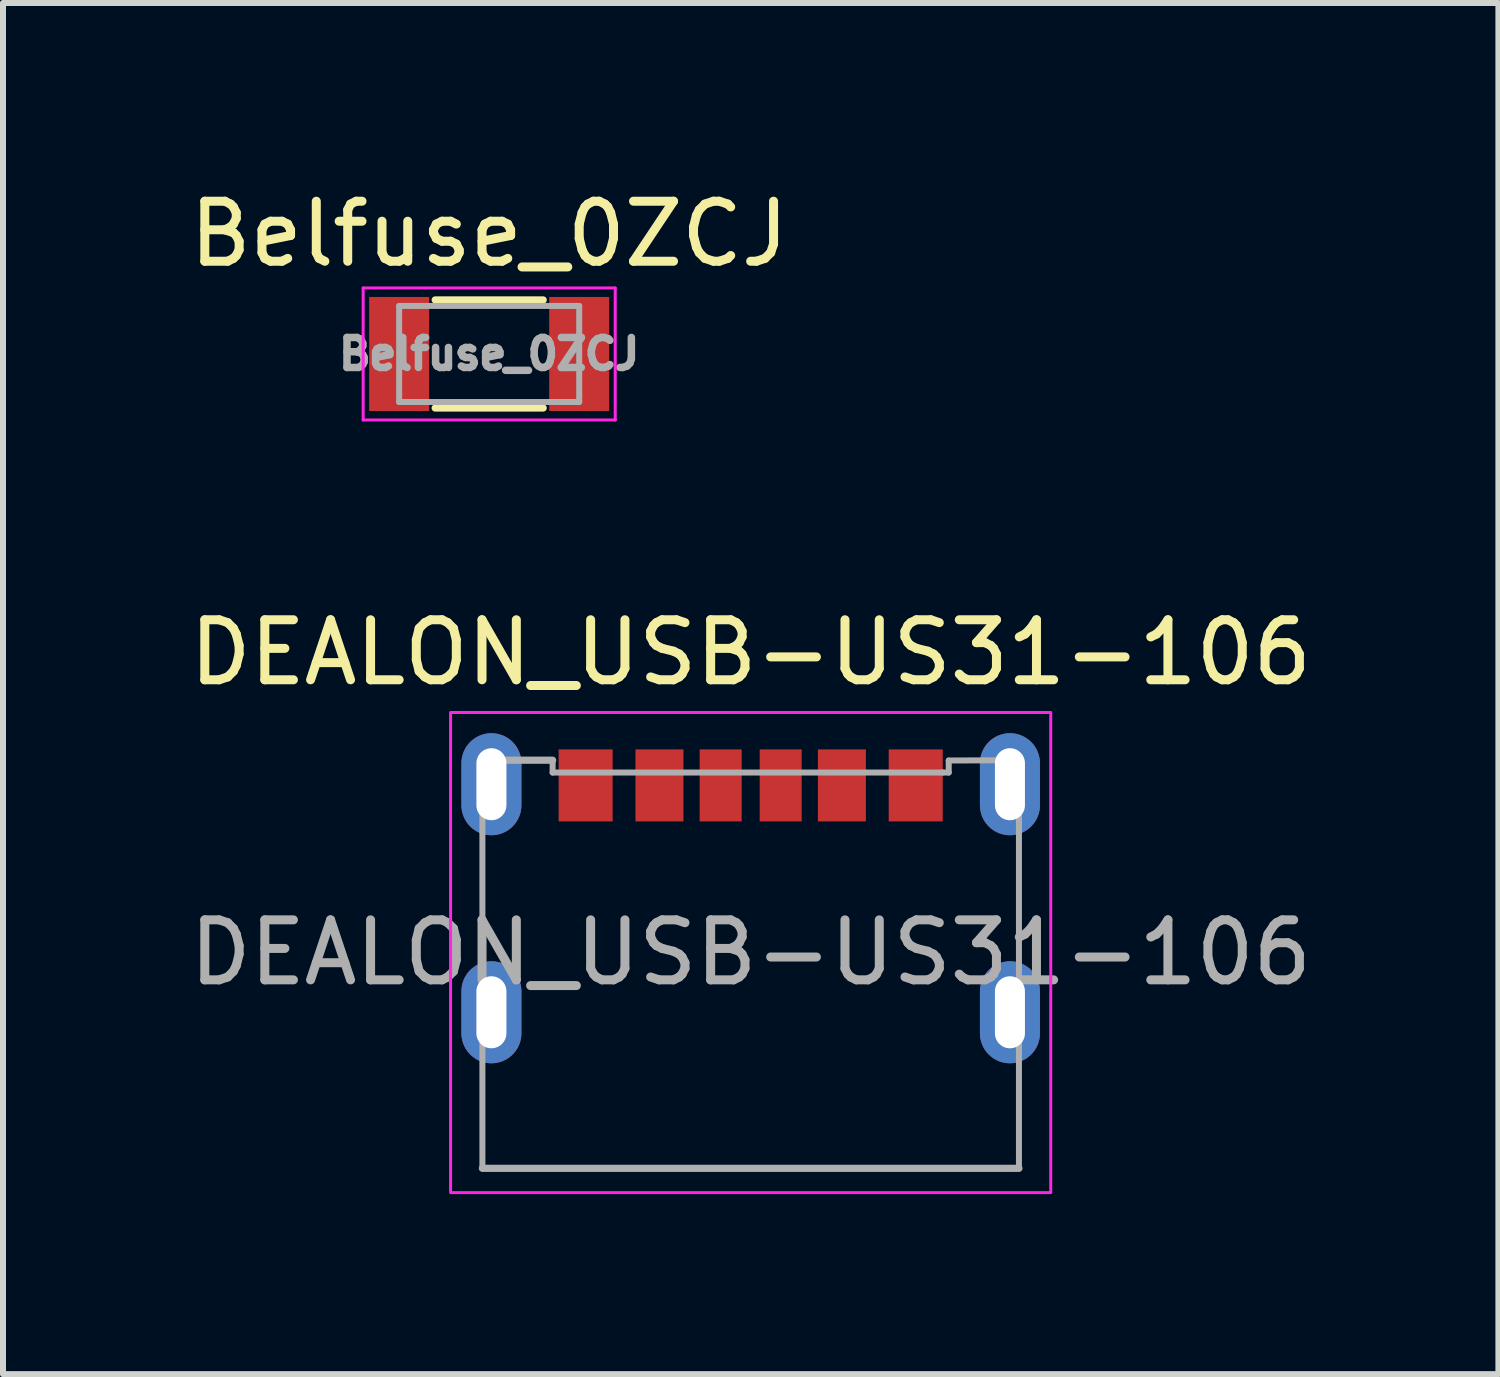
<source format=kicad_pcb>
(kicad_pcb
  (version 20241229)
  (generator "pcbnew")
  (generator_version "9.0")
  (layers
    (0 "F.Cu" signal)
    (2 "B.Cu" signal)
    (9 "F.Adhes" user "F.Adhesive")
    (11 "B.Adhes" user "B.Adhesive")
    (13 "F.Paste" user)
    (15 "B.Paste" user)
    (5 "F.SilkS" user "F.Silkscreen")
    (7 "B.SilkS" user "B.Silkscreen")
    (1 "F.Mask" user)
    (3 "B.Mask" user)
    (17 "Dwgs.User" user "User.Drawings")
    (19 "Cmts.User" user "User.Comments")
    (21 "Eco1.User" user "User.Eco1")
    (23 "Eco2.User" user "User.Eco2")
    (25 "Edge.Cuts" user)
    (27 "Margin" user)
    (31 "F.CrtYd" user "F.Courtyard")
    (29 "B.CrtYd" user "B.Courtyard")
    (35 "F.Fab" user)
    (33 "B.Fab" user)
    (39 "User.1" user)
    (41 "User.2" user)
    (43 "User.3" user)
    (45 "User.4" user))
  (footprint "Belfuse_0ZCJ"
    (layer "F.Cu")
    (at 5.101 2.848)
    (property "Reference" "Belfuse_0ZCJ" (at 0 -2 0) (unlocked yes) (layer "F.SilkS") (effects (font (size 1 1) (thickness 0.15))))
    (fp_line (start -0.9 -0.9) (end 0.9 -0.9) (stroke (width 0.12) (type solid)) (layer "F.SilkS"))
    (fp_line (start -0.9 0.9) (end 0.9 0.9) (stroke (width 0.12) (type solid)) (layer "F.SilkS"))
    (fp_line (start -2.1 -1.1) (end 2.1 -1.1) (stroke (width 0.05) (type solid)) (layer "F.CrtYd"))
    (fp_line (start -2.1 1.1) (end -2.1 -1.1) (stroke (width 0.05) (type solid)) (layer "F.CrtYd"))
    (fp_line (start -2.1 1.1) (end 2.1 1.1) (stroke (width 0.05) (type solid)) (layer "F.CrtYd"))
    (fp_line (start 2.1 1.1) (end 2.1 -1.1) (stroke (width 0.05) (type solid)) (layer "F.CrtYd"))
    (fp_line (start -1.5 -0.8) (end -1.5 0.8) (stroke (width 0.1) (type solid)) (layer "F.Fab"))
    (fp_line (start -1.5 -0.8) (end 1.5 -0.8) (stroke (width 0.1) (type solid)) (layer "F.Fab"))
    (fp_line (start 1.5 0.8) (end -1.5 0.8) (stroke (width 0.1) (type solid)) (layer "F.Fab"))
    (fp_line (start 1.5 0.8) (end 1.5 -0.8) (stroke (width 0.1) (type solid)) (layer "F.Fab"))
    (fp_text user "${REFERENCE}" (at 0 0 0) (unlocked yes) (layer "F.Fab") (effects (font (size 0.5 0.5) (thickness 0.125))))
    (pad "1" smd rect (at -1.5 0) (size 1 1.9) (layers "F.Cu" "F.Mask" "F.Paste"))
    (pad "2" smd rect (at 1.5 0) (size 1 1.9) (layers "F.Cu" "F.Mask" "F.Paste")))
  (footprint "DEALON_USB-US31-106"
    (layer "F.Cu")
    (at 9.458 12.822)
    (property "Reference" "DEALON_USB-US31-106" (at 0 -5 0) (unlocked yes) (layer "F.SilkS") (effects (font (size 1 1) (thickness 0.15))))
    (fp_rect (start -5 -4) (end 5 4) (stroke (width 0.05) (type default)) (fill no) (layer "F.CrtYd"))
    (fp_line (start -4.47 -3.205) (end -3.3 -3.205) (stroke (width 0.12) (type default)) (layer "F.Fab"))
    (fp_line (start -4.47 3.595) (end -4.47 -3.205) (stroke (width 0.1) (type default)) (layer "F.Fab"))
    (fp_line (start -4.47 3.595) (end 4.47 3.595) (stroke (width 0.12) (type default)) (layer "F.Fab"))
    (fp_line (start -3.3 -3.205) (end -3.3 -3) (stroke (width 0.1) (type default)) (layer "F.Fab"))
    (fp_line (start -3.3 -3) (end 3.2 -3) (stroke (width 0.1) (type default)) (layer "F.Fab"))
    (fp_line (start 3.2 -3) (end 3.3 -3) (stroke (width 0.1) (type default)) (layer "F.Fab"))
    (fp_line (start 3.3 -3.2) (end 3.3 -3) (stroke (width 0.1) (type default)) (layer "F.Fab"))
    (fp_line (start 3.3 -3.2) (end 4.47 -3.205) (stroke (width 0.1) (type default)) (layer "F.Fab"))
    (fp_line (start 4.47 3.595) (end 4.47 -3.205) (stroke (width 0.1) (type default)) (layer "F.Fab"))
    (fp_text user "${REFERENCE}" (at 0 0 0) (unlocked yes) (layer "F.Fab") (effects (font (size 1 1) (thickness 0.15))))
    (pad "A5" smd rect (at -0.5 -2.785) (size 0.7 1.2) (layers "F.Cu" "F.Mask" "F.Paste"))
    (pad "A9" smd rect (at 1.52 -2.785) (size 0.8 1.2) (layers "F.Cu" "F.Mask" "F.Paste"))
    (pad "A12" smd rect (at 2.75 -2.785) (size 0.9 1.2) (layers "F.Cu" "F.Mask" "F.Paste"))
    (pad "B5" smd rect (at 0.5 -2.785) (size 0.7 1.2) (layers "F.Cu" "F.Mask" "F.Paste"))
    (pad "B9" smd rect (at -1.52 -2.785) (size 0.8 1.2) (layers "F.Cu" "F.Mask" "F.Paste"))
    (pad "B12" smd rect (at -2.75 -2.785) (size 0.9 1.2) (layers "F.Cu" "F.Mask" "F.Paste"))
    (pad "S1" thru_hole oval (at -4.32 -2.805) (size 1 1.7) (drill oval 0.5 1.2) (layers "*.Cu" "*.Mask"))
    (pad "S1" thru_hole oval (at -4.32 0.995) (size 1 1.7) (drill oval 0.5 1.2) (layers "*.Cu" "*.Mask"))
    (pad "S1" thru_hole oval (at 4.32 -2.805) (size 1 1.7) (drill oval 0.5 1.2) (layers "*.Cu" "*.Mask"))
    (pad "S1" thru_hole oval (at 4.32 0.995) (size 1 1.7) (drill oval 0.5 1.2) (layers "*.Cu" "*.Mask")))
  (gr_rect
    (start -3 -3)
    (end 21.917 19.846)
    (stroke (width 0.1) (type default))
    (fill no)
    (layer "Edge.Cuts")))
</source>
